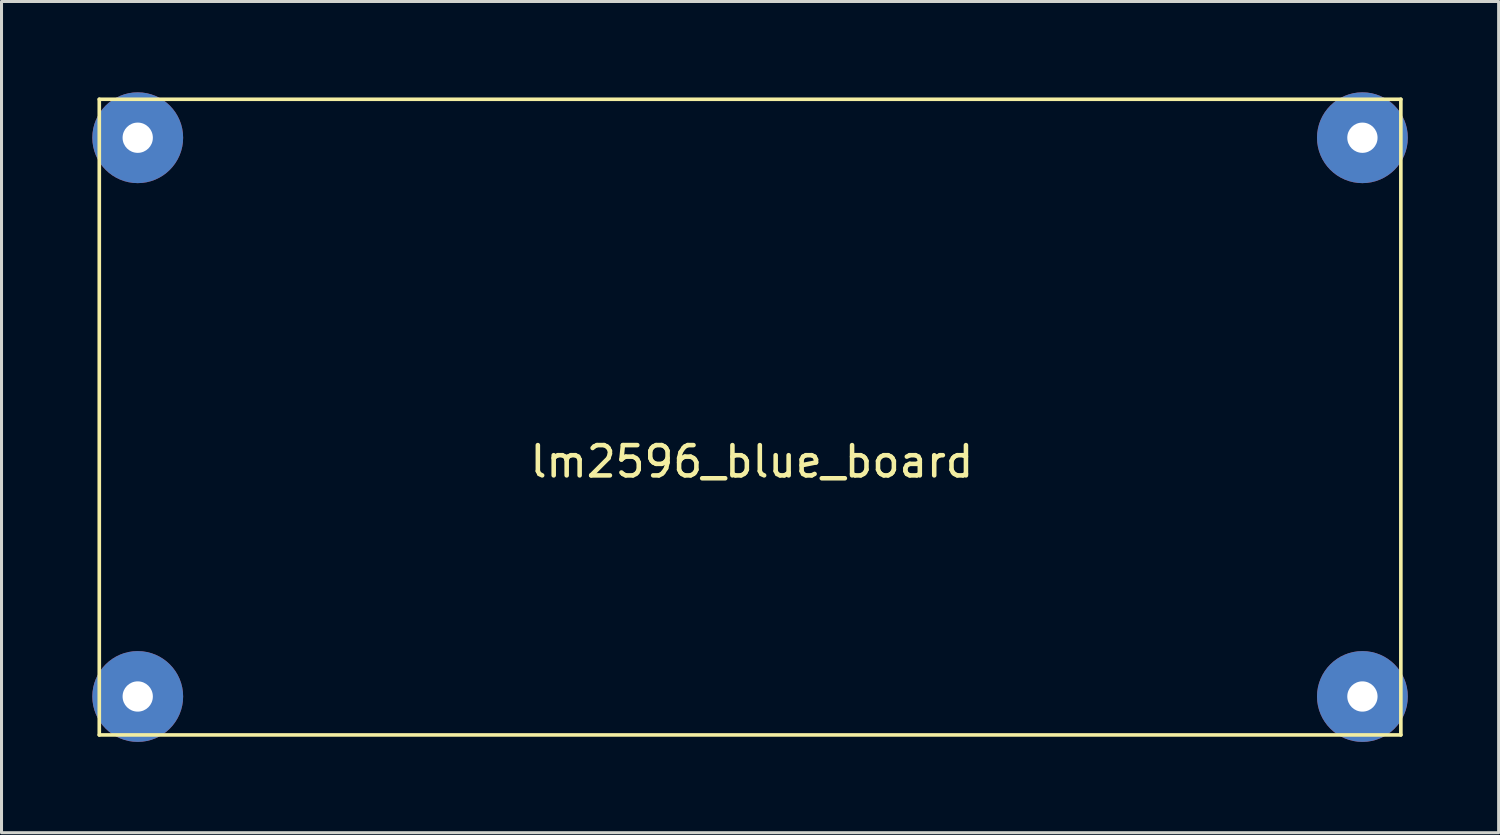
<source format=kicad_pcb>
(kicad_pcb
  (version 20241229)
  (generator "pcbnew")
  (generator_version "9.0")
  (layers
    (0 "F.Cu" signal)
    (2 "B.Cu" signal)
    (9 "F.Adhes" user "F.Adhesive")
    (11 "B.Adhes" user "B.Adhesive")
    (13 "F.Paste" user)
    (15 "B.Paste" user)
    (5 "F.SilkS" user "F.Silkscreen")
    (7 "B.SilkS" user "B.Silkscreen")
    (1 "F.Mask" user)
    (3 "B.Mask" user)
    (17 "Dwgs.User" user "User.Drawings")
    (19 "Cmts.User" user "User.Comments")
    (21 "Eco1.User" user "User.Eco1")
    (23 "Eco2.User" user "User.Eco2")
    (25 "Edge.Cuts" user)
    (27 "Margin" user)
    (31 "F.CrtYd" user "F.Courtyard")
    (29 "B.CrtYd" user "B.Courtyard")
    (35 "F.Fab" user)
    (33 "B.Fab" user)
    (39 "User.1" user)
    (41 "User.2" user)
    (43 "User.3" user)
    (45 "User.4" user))
  (footprint "lm2596_blue_board"
    (layer "F.Cu")
    (at 21.73 10.73)
    (property "Reference" "lm2596_blue_board" (at 0.06 1.47 0) (layer "F.SilkS") (effects (font (size 1 1) (thickness 0.15))))
    (attr through_hole)
    (fp_line (start -21.5 -10.5) (end 21.5 -10.5) (stroke (width 0.12) (type solid)) (layer "F.SilkS"))
    (fp_line (start -21.5 10.5) (end -21.5 -10.5) (stroke (width 0.12) (type solid)) (layer "F.SilkS"))
    (fp_line (start 21.5 -10.5) (end 21.5 10.5) (stroke (width 0.12) (type solid)) (layer "F.SilkS"))
    (fp_line (start 21.5 10.5) (end -21.5 10.5) (stroke (width 0.12) (type solid)) (layer "F.SilkS"))
    (pad "1" thru_hole circle (at -20.23 -9.23) (size 3 3) (drill 1) (layers "*.Cu" "*.Mask"))
    (pad "2" thru_hole circle (at -20.23 9.23) (size 3 3) (drill 1) (layers "*.Cu" "*.Mask"))
    (pad "3" thru_hole circle (at 20.23 9.23) (size 3 3) (drill 1) (layers "*.Cu" "*.Mask"))
    (pad "4" thru_hole circle (at 20.23 -9.23) (size 3 3) (drill 1) (layers "*.Cu" "*.Mask")))
  (gr_rect
    (start -3 -3)
    (end 46.46 24.46)
    (stroke (width 0.1) (type default))
    (fill no)
    (layer "Edge.Cuts")))
</source>
